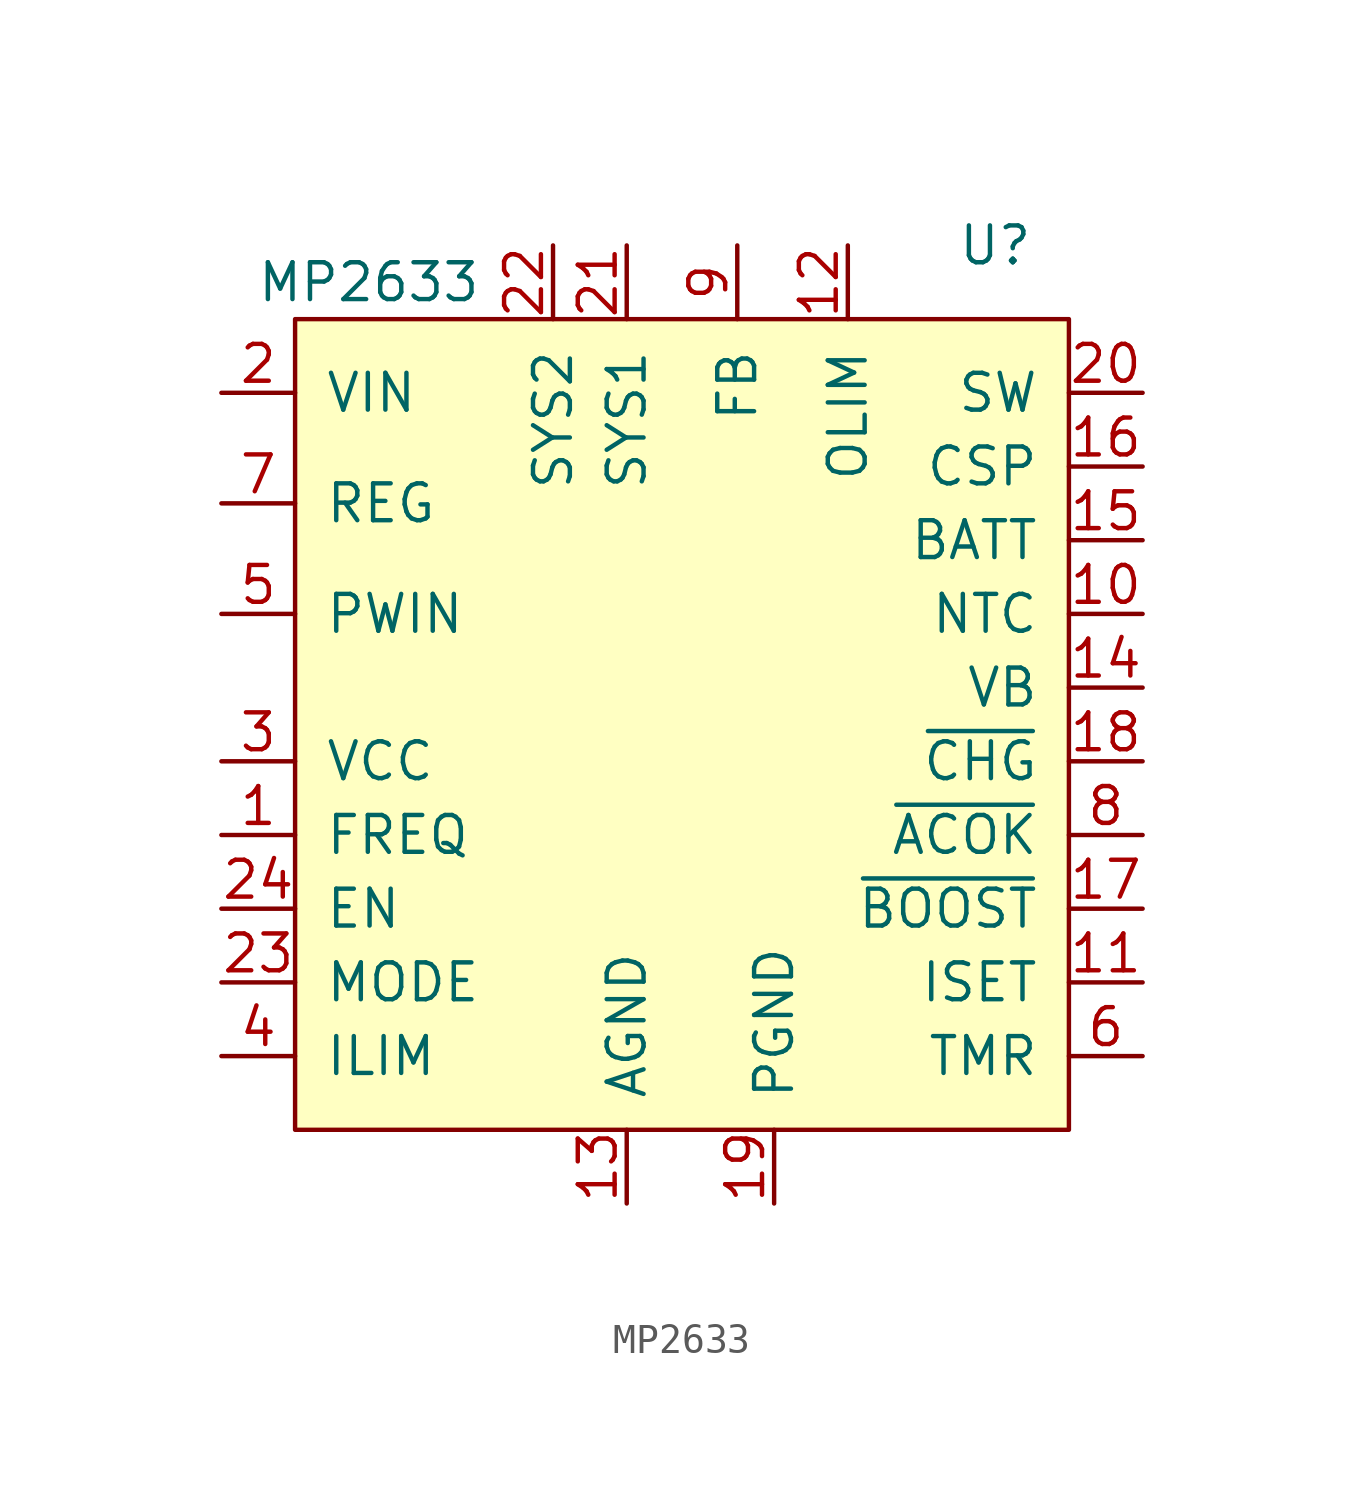
<source format=kicad_sym>
(kicad_symbol_lib
  (version 20211014)
  (generator kicad_symbol_editor)
  (symbol "MP2633"
    (pin_names
      (offset 1.016))
    (property "Reference" "U"
      (at 10.16 17.78 0)
      (effects (font (size 1.27 1.27))))
    (property "Value" "MP2633"
      (at -11.43 16.51 0)
      (effects (font (size 1.27 1.27))))
    (symbol "MP2633_0_0"
      (pin passive line (at -16.51 -2.54 0) (length 2.54) (name "FREQ" (effects (font (size 1.27 1.27)))) (number "1" (effects (font (size 1.27 1.27)))))
      (pin input line (at 15.24 5.08 180) (length 2.54) (name "NTC" (effects (font (size 1.27 1.27)))) (number "10" (effects (font (size 1.27 1.27)))))
      (pin passive line (at 15.24 -7.62 180) (length 2.54) (name "ISET" (effects (font (size 1.27 1.27)))) (number "11" (effects (font (size 1.27 1.27)))))
      (pin passive line (at 5.08 17.78 270) (length 2.54) (name "OLIM" (effects (font (size 1.27 1.27)))) (number "12" (effects (font (size 1.27 1.27)))))
      (pin passive line (at -2.54 -15.24 90) (length 2.54) (name "AGND" (effects (font (size 1.27 1.27)))) (number "13" (effects (font (size 1.27 1.27)))))
      (pin passive line (at 15.24 2.54 180) (length 2.54) (name "VB" (effects (font (size 1.27 1.27)))) (number "14" (effects (font (size 1.27 1.27)))))
      (pin passive line (at 15.24 7.62 180) (length 2.54) (name "BATT" (effects (font (size 1.27 1.27)))) (number "15" (effects (font (size 1.27 1.27)))))
      (pin input line (at 15.24 10.16 180) (length 2.54) (name "CSP" (effects (font (size 1.27 1.27)))) (number "16" (effects (font (size 1.27 1.27)))))
      (pin passive line (at 15.24 -5.08 180) (length 2.54) (name "~{BOOST}" (effects (font (size 1.27 1.27)))) (number "17" (effects (font (size 1.27 1.27)))))
      (pin passive line (at 15.24 0 180) (length 2.54) (name "~{CHG}" (effects (font (size 1.27 1.27)))) (number "18" (effects (font (size 1.27 1.27)))))
      (pin passive line (at 2.54 -15.24 90) (length 2.54) (name "PGND" (effects (font (size 1.27 1.27)))) (number "19" (effects (font (size 1.27 1.27)))))
      (pin power_in line (at -16.51 12.7 0) (length 2.54) (name "VIN" (effects (font (size 1.27 1.27)))) (number "2" (effects (font (size 1.27 1.27)))))
      (pin power_out line (at 15.24 12.7 180) (length 2.54) (name "SW" (effects (font (size 1.27 1.27)))) (number "20" (effects (font (size 1.27 1.27)))))
      (pin passive line (at -2.54 17.78 270) (length 2.54) (name "SYS1" (effects (font (size 1.27 1.27)))) (number "21" (effects (font (size 1.27 1.27)))))
      (pin power_out line (at -5.08 17.78 270) (length 2.54) (name "SYS2" (effects (font (size 1.27 1.27)))) (number "22" (effects (font (size 1.27 1.27)))))
      (pin input line (at -16.51 -7.62 0) (length 2.54) (name "MODE" (effects (font (size 1.27 1.27)))) (number "23" (effects (font (size 1.27 1.27)))))
      (pin input line (at -16.51 -5.08 0) (length 2.54) (name "EN" (effects (font (size 1.27 1.27)))) (number "24" (effects (font (size 1.27 1.27)))))
      (pin output line (at -16.51 0 0) (length 2.54) (name "VCC" (effects (font (size 1.27 1.27)))) (number "3" (effects (font (size 1.27 1.27)))))
      (pin passive line (at -16.51 -10.16 0) (length 2.54) (name "ILIM" (effects (font (size 1.27 1.27)))) (number "4" (effects (font (size 1.27 1.27)))))
      (pin input line (at -16.51 5.08 0) (length 2.54) (name "PWIN" (effects (font (size 1.27 1.27)))) (number "5" (effects (font (size 1.27 1.27)))))
      (pin passive line (at 15.24 -10.16 180) (length 2.54) (name "TMR" (effects (font (size 1.27 1.27)))) (number "6" (effects (font (size 1.27 1.27)))))
      (pin input line (at -16.51 8.89 0) (length 2.54) (name "REG" (effects (font (size 1.27 1.27)))) (number "7" (effects (font (size 1.27 1.27)))))
      (pin input line (at 15.24 -2.54 180) (length 2.54) (name "~{ACOK}" (effects (font (size 1.27 1.27)))) (number "8" (effects (font (size 1.27 1.27)))))
      (pin passive line (at 1.27 17.78 270) (length 2.54) (name "FB" (effects (font (size 1.27 1.27)))) (number "9" (effects (font (size 1.27 1.27))))))
    (symbol "MP2633_0_1"
      (rectangle (start -13.97 15.24) (end 12.7 -12.7) (stroke (width 0) (type default) (color 0 0 0 0)) (fill (type background))))))
</source>
